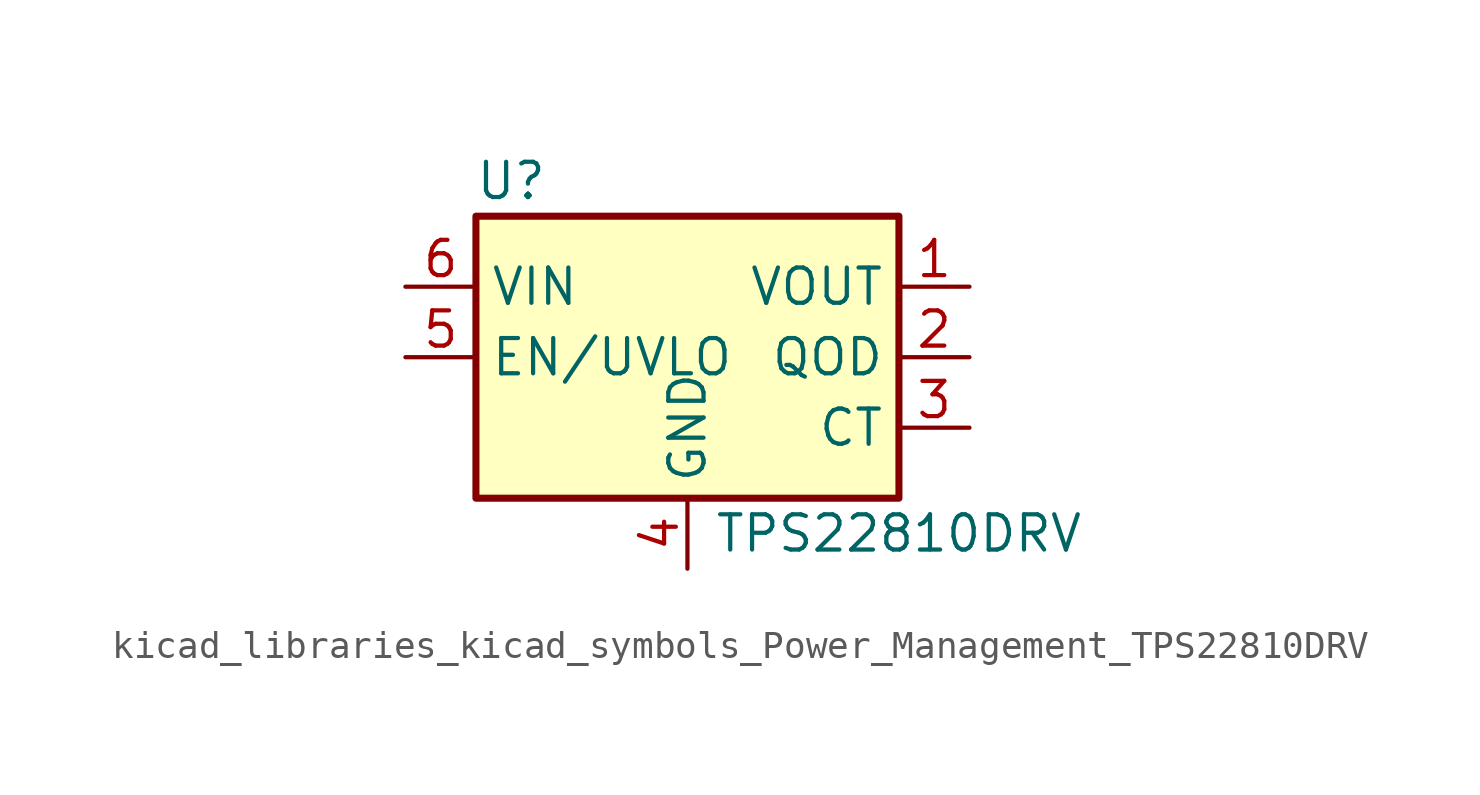
<source format=kicad_sym>
(kicad_symbol_lib
  (version 20220914)
  (generator kicad_symbol_editor)
  (symbol "kicad_libraries_kicad_symbols_Power_Management_TPS22810DRV"
    (property "Reference" "U"
      (at -6.35 6.35 0)
      (effects (font (size 1.27 1.27))))
    (property "Value" "TPS22810DRV"
      (at 7.62 -6.35 0)
      (effects (font (size 1.27 1.27))))
    (symbol "kicad_libraries_kicad_symbols_Power_Management_TPS22810DRV_1_1"
      (rectangle (start -7.62 5.08) (end 7.62 -5.08) (stroke (width 0.254) (type default)) (fill (type background)))
      (pin power_out line (at 10.16 2.54 180) (length 2.54) (name "VOUT" (effects (font (size 1.27 1.27)))) (number "1" (effects (font (size 1.27 1.27)))))
      (pin open_collector line (at 10.16 0 180) (length 2.54) (name "QOD" (effects (font (size 1.27 1.27)))) (number "2" (effects (font (size 1.27 1.27)))))
      (pin output line (at 10.16 -2.54 180) (length 2.54) (name "CT" (effects (font (size 1.27 1.27)))) (number "3" (effects (font (size 1.27 1.27)))))
      (pin power_in line (at 0 -7.62 90) (length 2.54) (name "GND" (effects (font (size 1.27 1.27)))) (number "4" (effects (font (size 1.27 1.27)))))
      (pin input line (at -10.16 0 0) (length 2.54) (name "EN/UVLO" (effects (font (size 1.27 1.27)))) (number "5" (effects (font (size 1.27 1.27)))))
      (pin power_in line (at -10.16 2.54 0) (length 2.54) (name "VIN" (effects (font (size 1.27 1.27)))) (number "6" (effects (font (size 1.27 1.27)))))
      (pin passive line (at 0 -7.62 90) (length 2.54) hide (name "GND" (effects (font (size 1.27 1.27)))) (number "7" (effects (font (size 1.27 1.27))))))))
</source>
